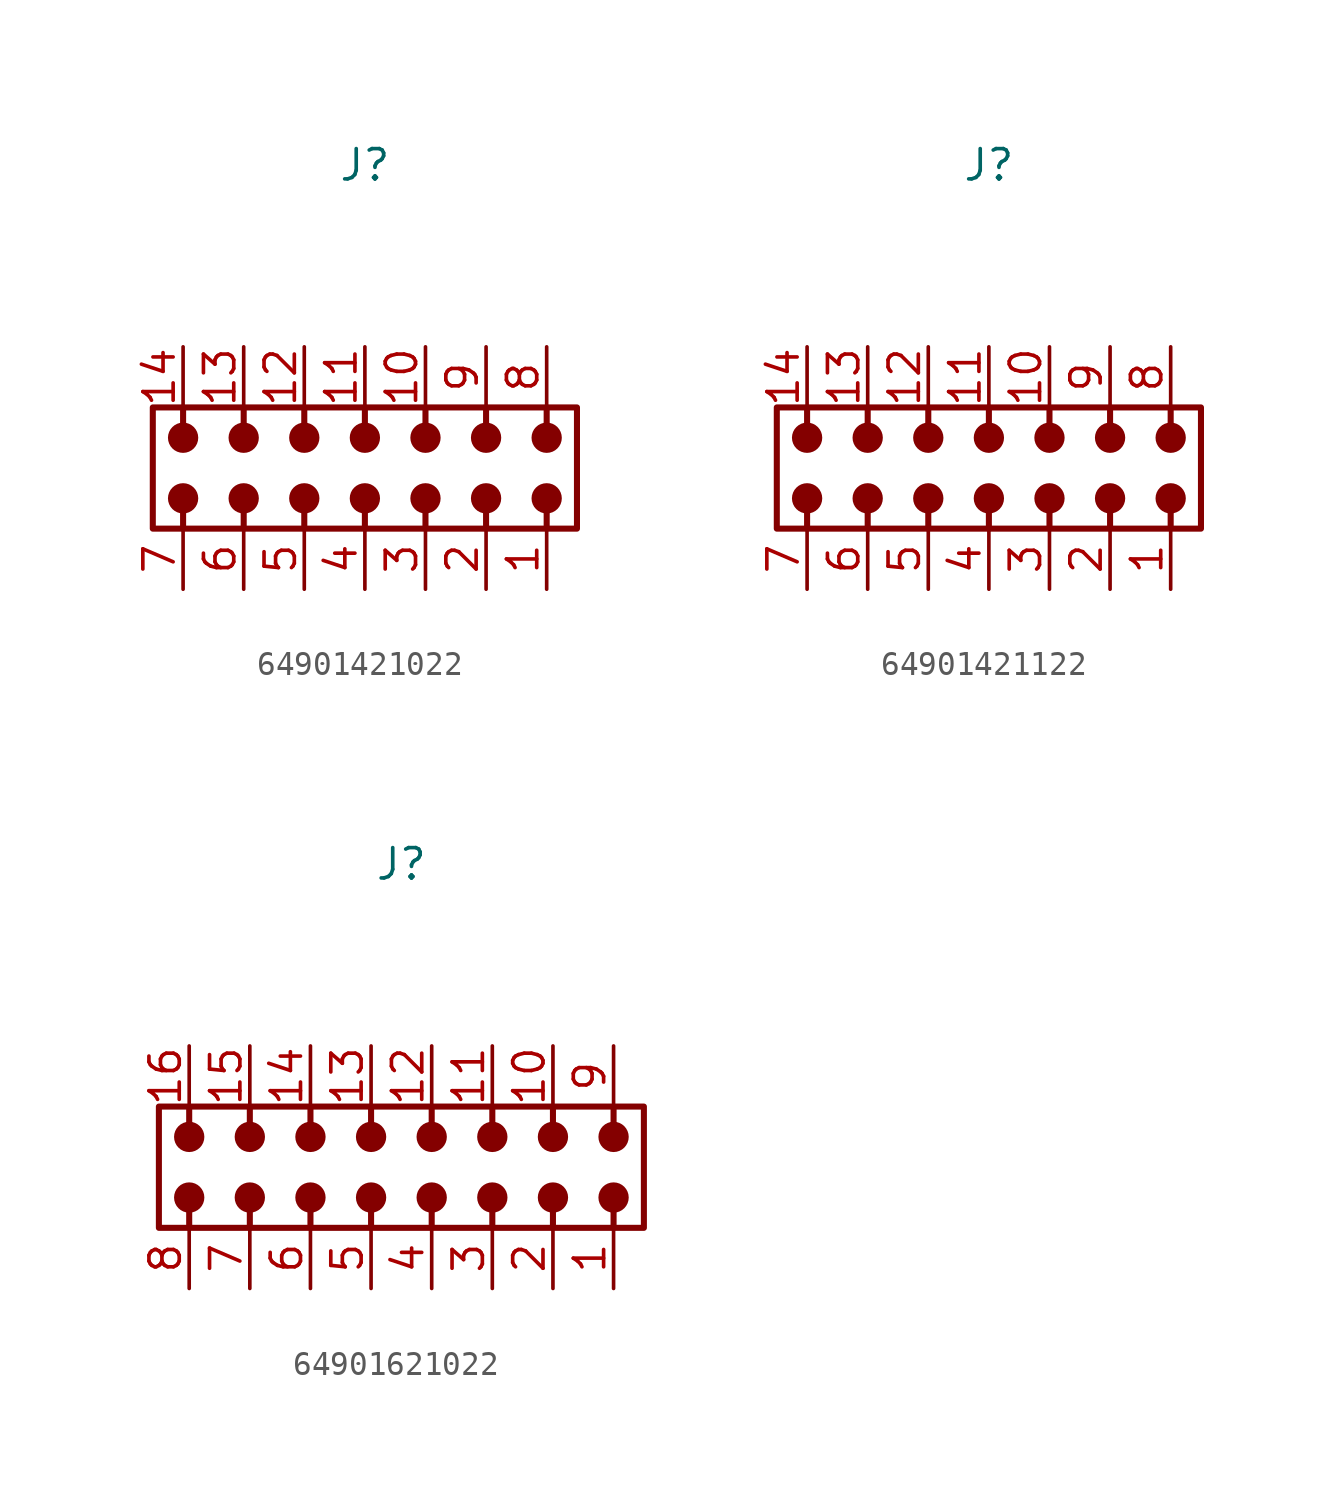
<source format=kicad_sym>
(kicad_symbol_lib
  (version 20241209)
  (generator "kicad_symbol_editor")
  (generator_version "9.0")
  (symbol "64901421022"
    (pin_names
      (hide yes))
    (property "Reference" "J"
      (at 0 12.7 0)
      (effects (font (size 1.27 1.27))))
    (symbol "64901421022_1_1"
      (rectangle (start -8.89 2.54) (end 8.89 -2.54) (stroke (width 0.254) (type solid)) (fill (type none)))
      (polyline (pts (xy -7.62 1.778) (xy -7.62 2.54)) (stroke (width 0.254) (type solid)) (fill (type none)))
      (circle (center -7.62 1.27) (radius 0.508) (stroke (width 0.254) (type solid)) (fill (type outline)))
      (circle (center -7.62 -1.27) (radius 0.508) (stroke (width 0.254) (type solid)) (fill (type outline)))
      (polyline (pts (xy -7.62 -1.778) (xy -7.62 -2.54)) (stroke (width 0.254) (type solid)) (fill (type none)))
      (polyline (pts (xy -5.08 1.778) (xy -5.08 2.54)) (stroke (width 0.254) (type solid)) (fill (type none)))
      (circle (center -5.08 1.27) (radius 0.508) (stroke (width 0.254) (type solid)) (fill (type outline)))
      (circle (center -5.08 -1.27) (radius 0.508) (stroke (width 0.254) (type solid)) (fill (type outline)))
      (polyline (pts (xy -5.08 -1.778) (xy -5.08 -2.54)) (stroke (width 0.254) (type solid)) (fill (type none)))
      (polyline (pts (xy -2.54 1.778) (xy -2.54 2.54)) (stroke (width 0.254) (type solid)) (fill (type none)))
      (circle (center -2.54 1.27) (radius 0.508) (stroke (width 0.254) (type solid)) (fill (type outline)))
      (circle (center -2.54 -1.27) (radius 0.508) (stroke (width 0.254) (type solid)) (fill (type outline)))
      (polyline (pts (xy -2.54 -1.778) (xy -2.54 -2.54)) (stroke (width 0.254) (type solid)) (fill (type none)))
      (polyline (pts (xy 0 1.778) (xy 0 2.54)) (stroke (width 0.254) (type solid)) (fill (type none)))
      (circle (center 0 1.27) (radius 0.508) (stroke (width 0.254) (type solid)) (fill (type outline)))
      (circle (center 0 -1.27) (radius 0.508) (stroke (width 0.254) (type solid)) (fill (type outline)))
      (polyline (pts (xy 0 -1.778) (xy 0 -2.54)) (stroke (width 0.254) (type solid)) (fill (type none)))
      (polyline (pts (xy 2.54 1.778) (xy 2.54 2.54)) (stroke (width 0.254) (type solid)) (fill (type none)))
      (circle (center 2.54 1.27) (radius 0.508) (stroke (width 0.254) (type solid)) (fill (type outline)))
      (circle (center 2.54 -1.27) (radius 0.508) (stroke (width 0.254) (type solid)) (fill (type outline)))
      (polyline (pts (xy 2.54 -1.778) (xy 2.54 -2.54)) (stroke (width 0.254) (type solid)) (fill (type none)))
      (polyline (pts (xy 5.08 1.778) (xy 5.08 2.54)) (stroke (width 0.254) (type solid)) (fill (type none)))
      (circle (center 5.08 1.27) (radius 0.508) (stroke (width 0.254) (type solid)) (fill (type outline)))
      (circle (center 5.08 -1.27) (radius 0.508) (stroke (width 0.254) (type solid)) (fill (type outline)))
      (polyline (pts (xy 5.08 -1.778) (xy 5.08 -2.54)) (stroke (width 0.254) (type solid)) (fill (type none)))
      (polyline (pts (xy 7.62 1.778) (xy 7.62 2.54)) (stroke (width 0.254) (type solid)) (fill (type none)))
      (circle (center 7.62 1.27) (radius 0.508) (stroke (width 0.254) (type solid)) (fill (type outline)))
      (circle (center 7.62 -1.27) (radius 0.508) (stroke (width 0.254) (type solid)) (fill (type outline)))
      (polyline (pts (xy 7.62 -1.778) (xy 7.62 -2.54)) (stroke (width 0.254) (type solid)) (fill (type none)))
      (pin passive line (at -7.62 5.08 270) (length 2.54) (name "14" (effects (font (size 1.27 1.27)))) (number "14" (effects (font (size 1.27 1.27)))))
      (pin passive line (at -7.62 -5.08 90) (length 2.54) (name "7" (effects (font (size 1.27 1.27)))) (number "7" (effects (font (size 1.27 1.27)))))
      (pin passive line (at -5.08 5.08 270) (length 2.54) (name "13" (effects (font (size 1.27 1.27)))) (number "13" (effects (font (size 1.27 1.27)))))
      (pin passive line (at -5.08 -5.08 90) (length 2.54) (name "6" (effects (font (size 1.27 1.27)))) (number "6" (effects (font (size 1.27 1.27)))))
      (pin passive line (at -2.54 5.08 270) (length 2.54) (name "12" (effects (font (size 1.27 1.27)))) (number "12" (effects (font (size 1.27 1.27)))))
      (pin passive line (at -2.54 -5.08 90) (length 2.54) (name "5" (effects (font (size 1.27 1.27)))) (number "5" (effects (font (size 1.27 1.27)))))
      (pin passive line (at 0 5.08 270) (length 2.54) (name "11" (effects (font (size 1.27 1.27)))) (number "11" (effects (font (size 1.27 1.27)))))
      (pin passive line (at 0 -5.08 90) (length 2.54) (name "4" (effects (font (size 1.27 1.27)))) (number "4" (effects (font (size 1.27 1.27)))))
      (pin passive line (at 2.54 5.08 270) (length 2.54) (name "10" (effects (font (size 1.27 1.27)))) (number "10" (effects (font (size 1.27 1.27)))))
      (pin passive line (at 2.54 -5.08 90) (length 2.54) (name "3" (effects (font (size 1.27 1.27)))) (number "3" (effects (font (size 1.27 1.27)))))
      (pin passive line (at 5.08 5.08 270) (length 2.54) (name "9" (effects (font (size 1.27 1.27)))) (number "9" (effects (font (size 1.27 1.27)))))
      (pin passive line (at 5.08 -5.08 90) (length 2.54) (name "2" (effects (font (size 1.27 1.27)))) (number "2" (effects (font (size 1.27 1.27)))))
      (pin passive line (at 7.62 5.08 270) (length 2.54) (name "8" (effects (font (size 1.27 1.27)))) (number "8" (effects (font (size 1.27 1.27)))))
      (pin passive line (at 7.62 -5.08 90) (length 2.54) (name "1" (effects (font (size 1.27 1.27)))) (number "1" (effects (font (size 1.27 1.27)))))))
  (symbol "64901421122"
    (pin_names
      (hide yes))
    (property "Reference" "J"
      (at 0 12.7 0)
      (effects (font (size 1.27 1.27))))
    (symbol "64901421122_1_1"
      (rectangle (start -8.89 2.54) (end 8.89 -2.54) (stroke (width 0.254) (type solid)) (fill (type none)))
      (polyline (pts (xy -7.62 1.778) (xy -7.62 2.54)) (stroke (width 0.254) (type solid)) (fill (type none)))
      (circle (center -7.62 1.27) (radius 0.508) (stroke (width 0.254) (type solid)) (fill (type outline)))
      (circle (center -7.62 -1.27) (radius 0.508) (stroke (width 0.254) (type solid)) (fill (type outline)))
      (polyline (pts (xy -7.62 -1.778) (xy -7.62 -2.54)) (stroke (width 0.254) (type solid)) (fill (type none)))
      (polyline (pts (xy -5.08 1.778) (xy -5.08 2.54)) (stroke (width 0.254) (type solid)) (fill (type none)))
      (circle (center -5.08 1.27) (radius 0.508) (stroke (width 0.254) (type solid)) (fill (type outline)))
      (circle (center -5.08 -1.27) (radius 0.508) (stroke (width 0.254) (type solid)) (fill (type outline)))
      (polyline (pts (xy -5.08 -1.778) (xy -5.08 -2.54)) (stroke (width 0.254) (type solid)) (fill (type none)))
      (polyline (pts (xy -2.54 1.778) (xy -2.54 2.54)) (stroke (width 0.254) (type solid)) (fill (type none)))
      (circle (center -2.54 1.27) (radius 0.508) (stroke (width 0.254) (type solid)) (fill (type outline)))
      (circle (center -2.54 -1.27) (radius 0.508) (stroke (width 0.254) (type solid)) (fill (type outline)))
      (polyline (pts (xy -2.54 -1.778) (xy -2.54 -2.54)) (stroke (width 0.254) (type solid)) (fill (type none)))
      (polyline (pts (xy 0 1.778) (xy 0 2.54)) (stroke (width 0.254) (type solid)) (fill (type none)))
      (circle (center 0 1.27) (radius 0.508) (stroke (width 0.254) (type solid)) (fill (type outline)))
      (circle (center 0 -1.27) (radius 0.508) (stroke (width 0.254) (type solid)) (fill (type outline)))
      (polyline (pts (xy 0 -1.778) (xy 0 -2.54)) (stroke (width 0.254) (type solid)) (fill (type none)))
      (polyline (pts (xy 2.54 1.778) (xy 2.54 2.54)) (stroke (width 0.254) (type solid)) (fill (type none)))
      (circle (center 2.54 1.27) (radius 0.508) (stroke (width 0.254) (type solid)) (fill (type outline)))
      (circle (center 2.54 -1.27) (radius 0.508) (stroke (width 0.254) (type solid)) (fill (type outline)))
      (polyline (pts (xy 2.54 -1.778) (xy 2.54 -2.54)) (stroke (width 0.254) (type solid)) (fill (type none)))
      (polyline (pts (xy 5.08 1.778) (xy 5.08 2.54)) (stroke (width 0.254) (type solid)) (fill (type none)))
      (circle (center 5.08 1.27) (radius 0.508) (stroke (width 0.254) (type solid)) (fill (type outline)))
      (circle (center 5.08 -1.27) (radius 0.508) (stroke (width 0.254) (type solid)) (fill (type outline)))
      (polyline (pts (xy 5.08 -1.778) (xy 5.08 -2.54)) (stroke (width 0.254) (type solid)) (fill (type none)))
      (polyline (pts (xy 7.62 1.778) (xy 7.62 2.54)) (stroke (width 0.254) (type solid)) (fill (type none)))
      (circle (center 7.62 1.27) (radius 0.508) (stroke (width 0.254) (type solid)) (fill (type outline)))
      (circle (center 7.62 -1.27) (radius 0.508) (stroke (width 0.254) (type solid)) (fill (type outline)))
      (polyline (pts (xy 7.62 -1.778) (xy 7.62 -2.54)) (stroke (width 0.254) (type solid)) (fill (type none)))
      (pin passive line (at -7.62 5.08 270) (length 2.54) (name "14" (effects (font (size 1.27 1.27)))) (number "14" (effects (font (size 1.27 1.27)))))
      (pin passive line (at -7.62 -5.08 90) (length 2.54) (name "7" (effects (font (size 1.27 1.27)))) (number "7" (effects (font (size 1.27 1.27)))))
      (pin passive line (at -5.08 5.08 270) (length 2.54) (name "13" (effects (font (size 1.27 1.27)))) (number "13" (effects (font (size 1.27 1.27)))))
      (pin passive line (at -5.08 -5.08 90) (length 2.54) (name "6" (effects (font (size 1.27 1.27)))) (number "6" (effects (font (size 1.27 1.27)))))
      (pin passive line (at -2.54 5.08 270) (length 2.54) (name "12" (effects (font (size 1.27 1.27)))) (number "12" (effects (font (size 1.27 1.27)))))
      (pin passive line (at -2.54 -5.08 90) (length 2.54) (name "5" (effects (font (size 1.27 1.27)))) (number "5" (effects (font (size 1.27 1.27)))))
      (pin passive line (at 0 5.08 270) (length 2.54) (name "11" (effects (font (size 1.27 1.27)))) (number "11" (effects (font (size 1.27 1.27)))))
      (pin passive line (at 0 -5.08 90) (length 2.54) (name "4" (effects (font (size 1.27 1.27)))) (number "4" (effects (font (size 1.27 1.27)))))
      (pin passive line (at 2.54 5.08 270) (length 2.54) (name "10" (effects (font (size 1.27 1.27)))) (number "10" (effects (font (size 1.27 1.27)))))
      (pin passive line (at 2.54 -5.08 90) (length 2.54) (name "3" (effects (font (size 1.27 1.27)))) (number "3" (effects (font (size 1.27 1.27)))))
      (pin passive line (at 5.08 5.08 270) (length 2.54) (name "9" (effects (font (size 1.27 1.27)))) (number "9" (effects (font (size 1.27 1.27)))))
      (pin passive line (at 5.08 -5.08 90) (length 2.54) (name "2" (effects (font (size 1.27 1.27)))) (number "2" (effects (font (size 1.27 1.27)))))
      (pin passive line (at 7.62 5.08 270) (length 2.54) (name "8" (effects (font (size 1.27 1.27)))) (number "8" (effects (font (size 1.27 1.27)))))
      (pin passive line (at 7.62 -5.08 90) (length 2.54) (name "1" (effects (font (size 1.27 1.27)))) (number "1" (effects (font (size 1.27 1.27)))))))
  (symbol "64901621022"
    (pin_names
      (hide yes))
    (property "Reference" "J"
      (at 0 12.7 0)
      (effects (font (size 1.27 1.27))))
    (symbol "64901621022_1_1"
      (rectangle (start -10.16 2.54) (end 10.16 -2.54) (stroke (width 0.254) (type solid)) (fill (type none)))
      (polyline (pts (xy -8.89 1.778) (xy -8.89 2.54)) (stroke (width 0.254) (type solid)) (fill (type none)))
      (circle (center -8.89 1.27) (radius 0.508) (stroke (width 0.254) (type solid)) (fill (type outline)))
      (circle (center -8.89 -1.27) (radius 0.508) (stroke (width 0.254) (type solid)) (fill (type outline)))
      (polyline (pts (xy -8.89 -1.778) (xy -8.89 -2.54)) (stroke (width 0.254) (type solid)) (fill (type none)))
      (polyline (pts (xy -6.35 1.778) (xy -6.35 2.54)) (stroke (width 0.254) (type solid)) (fill (type none)))
      (circle (center -6.35 1.27) (radius 0.508) (stroke (width 0.254) (type solid)) (fill (type outline)))
      (circle (center -6.35 -1.27) (radius 0.508) (stroke (width 0.254) (type solid)) (fill (type outline)))
      (polyline (pts (xy -6.35 -1.778) (xy -6.35 -2.54)) (stroke (width 0.254) (type solid)) (fill (type none)))
      (polyline (pts (xy -3.81 1.778) (xy -3.81 2.54)) (stroke (width 0.254) (type solid)) (fill (type none)))
      (circle (center -3.81 1.27) (radius 0.508) (stroke (width 0.254) (type solid)) (fill (type outline)))
      (circle (center -3.81 -1.27) (radius 0.508) (stroke (width 0.254) (type solid)) (fill (type outline)))
      (polyline (pts (xy -3.81 -1.778) (xy -3.81 -2.54)) (stroke (width 0.254) (type solid)) (fill (type none)))
      (polyline (pts (xy -1.27 1.778) (xy -1.27 2.54)) (stroke (width 0.254) (type solid)) (fill (type none)))
      (circle (center -1.27 1.27) (radius 0.508) (stroke (width 0.254) (type solid)) (fill (type outline)))
      (circle (center -1.27 -1.27) (radius 0.508) (stroke (width 0.254) (type solid)) (fill (type outline)))
      (polyline (pts (xy -1.27 -1.778) (xy -1.27 -2.54)) (stroke (width 0.254) (type solid)) (fill (type none)))
      (polyline (pts (xy 1.27 1.778) (xy 1.27 2.54)) (stroke (width 0.254) (type solid)) (fill (type none)))
      (circle (center 1.27 1.27) (radius 0.508) (stroke (width 0.254) (type solid)) (fill (type outline)))
      (circle (center 1.27 -1.27) (radius 0.508) (stroke (width 0.254) (type solid)) (fill (type outline)))
      (polyline (pts (xy 1.27 -1.778) (xy 1.27 -2.54)) (stroke (width 0.254) (type solid)) (fill (type none)))
      (polyline (pts (xy 3.81 1.778) (xy 3.81 2.54)) (stroke (width 0.254) (type solid)) (fill (type none)))
      (circle (center 3.81 1.27) (radius 0.508) (stroke (width 0.254) (type solid)) (fill (type outline)))
      (circle (center 3.81 -1.27) (radius 0.508) (stroke (width 0.254) (type solid)) (fill (type outline)))
      (polyline (pts (xy 3.81 -1.778) (xy 3.81 -2.54)) (stroke (width 0.254) (type solid)) (fill (type none)))
      (polyline (pts (xy 6.35 1.778) (xy 6.35 2.54)) (stroke (width 0.254) (type solid)) (fill (type none)))
      (circle (center 6.35 1.27) (radius 0.508) (stroke (width 0.254) (type solid)) (fill (type outline)))
      (circle (center 6.35 -1.27) (radius 0.508) (stroke (width 0.254) (type solid)) (fill (type outline)))
      (polyline (pts (xy 6.35 -1.778) (xy 6.35 -2.54)) (stroke (width 0.254) (type solid)) (fill (type none)))
      (polyline (pts (xy 8.89 1.778) (xy 8.89 2.54)) (stroke (width 0.254) (type solid)) (fill (type none)))
      (circle (center 8.89 1.27) (radius 0.508) (stroke (width 0.254) (type solid)) (fill (type outline)))
      (circle (center 8.89 -1.27) (radius 0.508) (stroke (width 0.254) (type solid)) (fill (type outline)))
      (polyline (pts (xy 8.89 -1.778) (xy 8.89 -2.54)) (stroke (width 0.254) (type solid)) (fill (type none)))
      (pin passive line (at -8.89 5.08 270) (length 2.54) (name "16" (effects (font (size 1.27 1.27)))) (number "16" (effects (font (size 1.27 1.27)))))
      (pin passive line (at -8.89 -5.08 90) (length 2.54) (name "8" (effects (font (size 1.27 1.27)))) (number "8" (effects (font (size 1.27 1.27)))))
      (pin passive line (at -6.35 5.08 270) (length 2.54) (name "15" (effects (font (size 1.27 1.27)))) (number "15" (effects (font (size 1.27 1.27)))))
      (pin passive line (at -6.35 -5.08 90) (length 2.54) (name "7" (effects (font (size 1.27 1.27)))) (number "7" (effects (font (size 1.27 1.27)))))
      (pin passive line (at -3.81 5.08 270) (length 2.54) (name "14" (effects (font (size 1.27 1.27)))) (number "14" (effects (font (size 1.27 1.27)))))
      (pin passive line (at -3.81 -5.08 90) (length 2.54) (name "6" (effects (font (size 1.27 1.27)))) (number "6" (effects (font (size 1.27 1.27)))))
      (pin passive line (at -1.27 5.08 270) (length 2.54) (name "13" (effects (font (size 1.27 1.27)))) (number "13" (effects (font (size 1.27 1.27)))))
      (pin passive line (at -1.27 -5.08 90) (length 2.54) (name "5" (effects (font (size 1.27 1.27)))) (number "5" (effects (font (size 1.27 1.27)))))
      (pin passive line (at 1.27 5.08 270) (length 2.54) (name "12" (effects (font (size 1.27 1.27)))) (number "12" (effects (font (size 1.27 1.27)))))
      (pin passive line (at 1.27 -5.08 90) (length 2.54) (name "4" (effects (font (size 1.27 1.27)))) (number "4" (effects (font (size 1.27 1.27)))))
      (pin passive line (at 3.81 5.08 270) (length 2.54) (name "11" (effects (font (size 1.27 1.27)))) (number "11" (effects (font (size 1.27 1.27)))))
      (pin passive line (at 3.81 -5.08 90) (length 2.54) (name "3" (effects (font (size 1.27 1.27)))) (number "3" (effects (font (size 1.27 1.27)))))
      (pin passive line (at 6.35 5.08 270) (length 2.54) (name "10" (effects (font (size 1.27 1.27)))) (number "10" (effects (font (size 1.27 1.27)))))
      (pin passive line (at 6.35 -5.08 90) (length 2.54) (name "2" (effects (font (size 1.27 1.27)))) (number "2" (effects (font (size 1.27 1.27)))))
      (pin passive line (at 8.89 5.08 270) (length 2.54) (name "9" (effects (font (size 1.27 1.27)))) (number "9" (effects (font (size 1.27 1.27)))))
      (pin passive line (at 8.89 -5.08 90) (length 2.54) (name "1" (effects (font (size 1.27 1.27)))) (number "1" (effects (font (size 1.27 1.27))))))))
</source>
